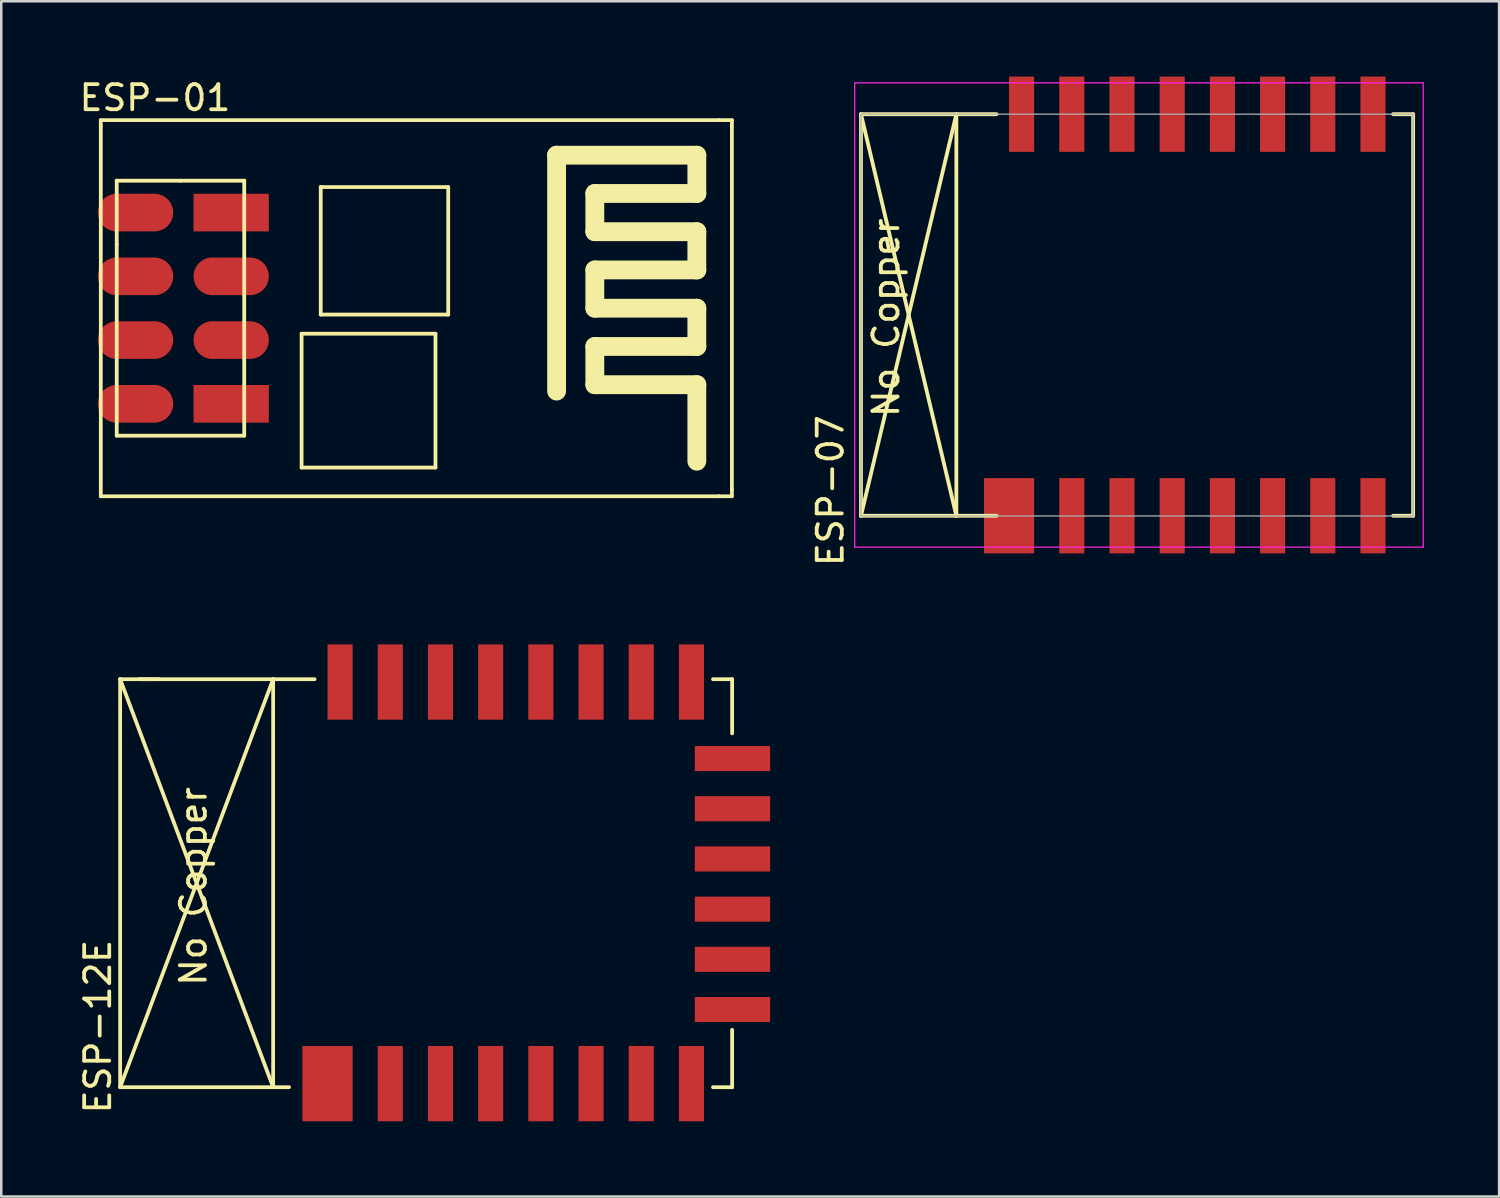
<source format=kicad_pcb>
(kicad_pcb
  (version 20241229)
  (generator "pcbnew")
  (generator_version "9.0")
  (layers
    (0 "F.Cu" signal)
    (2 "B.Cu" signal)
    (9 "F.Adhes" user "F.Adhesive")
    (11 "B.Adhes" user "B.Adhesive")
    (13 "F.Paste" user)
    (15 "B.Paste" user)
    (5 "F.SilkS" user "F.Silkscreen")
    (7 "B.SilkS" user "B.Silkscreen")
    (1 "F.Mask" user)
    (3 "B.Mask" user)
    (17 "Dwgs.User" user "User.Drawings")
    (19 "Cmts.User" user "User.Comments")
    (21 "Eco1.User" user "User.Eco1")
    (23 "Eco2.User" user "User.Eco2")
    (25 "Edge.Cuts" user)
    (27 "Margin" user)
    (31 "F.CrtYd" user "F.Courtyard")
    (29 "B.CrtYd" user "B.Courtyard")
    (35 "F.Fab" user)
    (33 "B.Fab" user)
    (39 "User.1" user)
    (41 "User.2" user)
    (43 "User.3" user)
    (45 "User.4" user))
  (footprint "ESP-12E"
    (layer "F.Cu")
    (at 10.5 39.125)
    (property "Reference" "ESP-12E" (at -9.652 -1.27 90) (layer "F.SilkS") (effects (font (size 1 1) (thickness 0.15))))
    (attr through_hole)
    (fp_line (start -8.763 -15.113) (end -2.667 1.143) (stroke (width 0.15) (type solid)) (layer "F.SilkS"))
    (fp_line (start -8.763 1.143) (end -8.763 -15.113) (stroke (width 0.15) (type solid)) (layer "F.SilkS"))
    (fp_line (start -8.763 1.143) (end -2.667 -15.113) (stroke (width 0.15) (type solid)) (layer "F.SilkS"))
    (fp_line (start -7.239 -15.113) (end -8.001 -15.113) (stroke (width 0.15) (type solid)) (layer "F.SilkS"))
    (fp_line (start -2.667 1.143) (end -2.667 -15.113) (stroke (width 0.15) (type solid)) (layer "F.SilkS"))
    (fp_line (start -2.032 1.143) (end -8.763 1.143) (stroke (width 0.15) (type solid)) (layer "F.SilkS"))
    (fp_line (start -1.016 -15.113) (end -8.763 -15.113) (stroke (width 0.15) (type solid)) (layer "F.SilkS"))
    (fp_line (start 15.621 -15.113) (end 14.859 -15.113) (stroke (width 0.15) (type solid)) (layer "F.SilkS"))
    (fp_line (start 15.621 -12.954) (end 15.621 -15.113) (stroke (width 0.15) (type solid)) (layer "F.SilkS"))
    (fp_line (start 15.621 1.143) (end 14.859 1.143) (stroke (width 0.15) (type solid)) (layer "F.SilkS"))
    (fp_line (start 15.621 1.143) (end 15.621 -1.143) (stroke (width 0.15) (type solid)) (layer "F.SilkS"))
    (fp_text user "No Copper" (at -5.842 -6.858 90) (layer "F.SilkS") (effects (font (size 1 1) (thickness 0.15))))
    (pad "1" smd rect (at 0 0) (size 2 3) (drill (offset -0.5 1)) (layers "F.Cu" "F.Mask" "F.Paste"))
    (pad "2" smd rect (at 2 0) (size 1 3) (drill (offset 0 1)) (layers "F.Cu" "F.Mask" "F.Paste"))
    (pad "3" smd rect (at 4 0) (size 1 3) (drill (offset 0 1)) (layers "F.Cu" "F.Mask" "F.Paste"))
    (pad "4" smd rect (at 6 0) (size 1 3) (drill (offset 0 1)) (layers "F.Cu" "F.Mask" "F.Paste"))
    (pad "5" smd rect (at 8 0) (size 1 3) (drill (offset 0 1)) (layers "F.Cu" "F.Mask" "F.Paste"))
    (pad "6" smd rect (at 10 0) (size 1 3) (drill (offset 0 1)) (layers "F.Cu" "F.Mask" "F.Paste"))
    (pad "7" smd rect (at 12 0) (size 1 3) (drill (offset 0 1)) (layers "F.Cu" "F.Mask" "F.Paste"))
    (pad "8" smd rect (at 14 0) (size 1 3) (drill (offset 0 1)) (layers "F.Cu" "F.Mask" "F.Paste"))
    (pad "9" smd rect (at 14.635 -1.951 270) (size 1 3) (drill (offset 0 -1)) (layers "F.Cu" "F.Mask" "F.Paste"))
    (pad "10" smd rect (at 14.635 -3.951 270) (size 1 3) (drill (offset 0 -1)) (layers "F.Cu" "F.Mask" "F.Paste"))
    (pad "11" smd rect (at 14.635 -5.951 270) (size 1 3) (drill (offset 0 -1)) (layers "F.Cu" "F.Mask" "F.Paste"))
    (pad "12" smd rect (at 14.635 -7.951 270) (size 1 3) (drill (offset 0 -1)) (layers "F.Cu" "F.Mask" "F.Paste"))
    (pad "13" smd rect (at 14.635 -9.951 270) (size 1 3) (drill (offset 0 -1)) (layers "F.Cu" "F.Mask" "F.Paste"))
    (pad "14" smd rect (at 14.635 -11.951 270) (size 1 3) (drill (offset 0 -1)) (layers "F.Cu" "F.Mask" "F.Paste"))
    (pad "15" smd rect (at 14 -14) (size 1 3) (drill (offset 0 -1)) (layers "F.Cu" "F.Mask" "F.Paste"))
    (pad "16" smd rect (at 12 -14) (size 1 3) (drill (offset 0 -1)) (layers "F.Cu" "F.Mask" "F.Paste"))
    (pad "17" smd rect (at 10 -14) (size 1 3) (drill (offset 0 -1)) (layers "F.Cu" "F.Mask" "F.Paste"))
    (pad "18" smd rect (at 8 -14) (size 1 3) (drill (offset 0 -1)) (layers "F.Cu" "F.Mask" "F.Paste"))
    (pad "19" smd rect (at 6 -14) (size 1 3) (drill (offset 0 -1)) (layers "F.Cu" "F.Mask" "F.Paste"))
    (pad "20" smd rect (at 4 -14) (size 1 3) (drill (offset 0 -1)) (layers "F.Cu" "F.Mask" "F.Paste"))
    (pad "21" smd rect (at 2 -14) (size 1 3) (drill (offset 0 -1)) (layers "F.Cu" "F.Mask" "F.Paste"))
    (pad "22" smd rect (at 0 -14) (size 1 3) (drill (offset 0 -1)) (layers "F.Cu" "F.Mask" "F.Paste")))
  (footprint "ESP-01"
    (layer "F.Cu")
    (at 2.871 13.04)
    (property "Reference" "ESP-01" (at 0.254 -12.192 0) (layer "F.SilkS") (effects (font (size 1 1) (thickness 0.15))))
    (attr through_hole)
    (fp_line (start -1.905 -11.303) (end 22.733 -11.303) (stroke (width 0.15) (type solid)) (layer "F.SilkS"))
    (fp_line (start -1.905 -11.049) (end -1.905 -11.303) (stroke (width 0.15) (type solid)) (layer "F.SilkS"))
    (fp_line (start -1.905 3.683) (end -1.905 -11.049) (stroke (width 0.15) (type solid)) (layer "F.SilkS"))
    (fp_line (start -1.905 3.683) (end 22.733 3.683) (stroke (width 0.15) (type solid)) (layer "F.SilkS"))
    (fp_line (start -1.27 -8.89) (end -1.27 -6.35) (stroke (width 0.152) (type solid)) (layer "F.SilkS"))
    (fp_line (start -1.27 -6.35) (end -1.27 1.27) (stroke (width 0.152) (type solid)) (layer "F.SilkS"))
    (fp_line (start -1.27 1.27) (end 3.81 1.27) (stroke (width 0.152) (type solid)) (layer "F.SilkS"))
    (fp_line (start 1.27 -8.89) (end -1.27 -8.89) (stroke (width 0.152) (type solid)) (layer "F.SilkS"))
    (fp_line (start 3.81 -8.89) (end 1.27 -8.89) (stroke (width 0.152) (type solid)) (layer "F.SilkS"))
    (fp_line (start 3.81 1.27) (end 3.81 -8.89) (stroke (width 0.152) (type solid)) (layer "F.SilkS"))
    (fp_line (start 6.096 -2.794) (end 6.096 2.54) (stroke (width 0.15) (type solid)) (layer "F.SilkS"))
    (fp_line (start 6.096 2.54) (end 11.43 2.54) (stroke (width 0.15) (type solid)) (layer "F.SilkS"))
    (fp_line (start 6.858 -8.636) (end 6.858 -3.556) (stroke (width 0.15) (type solid)) (layer "F.SilkS"))
    (fp_line (start 6.858 -8.636) (end 11.938 -8.636) (stroke (width 0.15) (type solid)) (layer "F.SilkS"))
    (fp_line (start 6.858 -3.556) (end 11.938 -3.556) (stroke (width 0.15) (type solid)) (layer "F.SilkS"))
    (fp_line (start 11.43 -2.794) (end 6.096 -2.794) (stroke (width 0.15) (type solid)) (layer "F.SilkS"))
    (fp_line (start 11.43 2.54) (end 11.43 -2.794) (stroke (width 0.15) (type solid)) (layer "F.SilkS"))
    (fp_line (start 11.938 -3.556) (end 11.938 -8.636) (stroke (width 0.15) (type solid)) (layer "F.SilkS"))
    (fp_line (start 16.256 -9.906) (end 21.844 -9.906) (stroke (width 0.75) (type solid)) (layer "F.SilkS"))
    (fp_line (start 16.256 -0.508) (end 16.256 -9.906) (stroke (width 0.75) (type solid)) (layer "F.SilkS"))
    (fp_line (start 17.78 -8.382) (end 17.78 -6.858) (stroke (width 0.75) (type solid)) (layer "F.SilkS"))
    (fp_line (start 17.78 -6.858) (end 21.844 -6.858) (stroke (width 0.75) (type solid)) (layer "F.SilkS"))
    (fp_line (start 17.78 -5.334) (end 17.78 -3.81) (stroke (width 0.75) (type solid)) (layer "F.SilkS"))
    (fp_line (start 17.78 -3.81) (end 21.844 -3.81) (stroke (width 0.75) (type solid)) (layer "F.SilkS"))
    (fp_line (start 17.78 -2.286) (end 17.78 -0.762) (stroke (width 0.75) (type solid)) (layer "F.SilkS"))
    (fp_line (start 17.78 -0.762) (end 21.844 -0.762) (stroke (width 0.75) (type solid)) (layer "F.SilkS"))
    (fp_line (start 21.844 -9.906) (end 21.844 -8.382) (stroke (width 0.75) (type solid)) (layer "F.SilkS"))
    (fp_line (start 21.844 -8.382) (end 17.78 -8.382) (stroke (width 0.75) (type solid)) (layer "F.SilkS"))
    (fp_line (start 21.844 -6.858) (end 21.844 -5.334) (stroke (width 0.75) (type solid)) (layer "F.SilkS"))
    (fp_line (start 21.844 -5.334) (end 17.78 -5.334) (stroke (width 0.75) (type solid)) (layer "F.SilkS"))
    (fp_line (start 21.844 -3.81) (end 21.844 -2.286) (stroke (width 0.75) (type solid)) (layer "F.SilkS"))
    (fp_line (start 21.844 -2.286) (end 17.78 -2.286) (stroke (width 0.75) (type solid)) (layer "F.SilkS"))
    (fp_line (start 21.844 -0.762) (end 21.844 2.286) (stroke (width 0.75) (type solid)) (layer "F.SilkS"))
    (fp_line (start 22.733 -11.303) (end 23.241 -11.303) (stroke (width 0.15) (type solid)) (layer "F.SilkS"))
    (fp_line (start 22.733 3.683) (end 23.241 3.683) (stroke (width 0.15) (type solid)) (layer "F.SilkS"))
    (fp_line (start 23.241 3.429) (end 23.241 -11.303) (stroke (width 0.15) (type solid)) (layer "F.SilkS"))
    (fp_line (start 23.241 3.683) (end 23.241 3.429) (stroke (width 0.15) (type solid)) (layer "F.SilkS"))
    (pad "1" smd rect (at 2.54 -7.62) (size 3 1.5) (drill (offset 0.75 0)) (layers "F.Cu" "F.Mask" "F.Paste"))
    (pad "2" smd oval (at 2.54 -5.08) (size 3 1.5) (drill (offset 0.75 0)) (layers "F.Cu" "F.Mask" "F.Paste"))
    (pad "3" smd oval (at 2.54 -2.54) (size 3 1.5) (drill (offset 0.75 0)) (layers "F.Cu" "F.Mask" "F.Paste"))
    (pad "4" smd rect (at 2.54 0) (size 3 1.5) (drill (offset 0.75 0)) (layers "F.Cu" "F.Mask" "F.Paste"))
    (pad "5" smd oval (at -1.27 0 180) (size 3 1.5) (drill (offset -0.75 0)) (layers "F.Cu" "F.Mask" "F.Paste"))
    (pad "6" smd oval (at -1.27 -2.54 180) (size 3 1.5) (drill (offset -0.75 0)) (layers "F.Cu" "F.Mask" "F.Paste"))
    (pad "7" smd oval (at -1.27 -5.08 180) (size 3 1.5) (drill (offset -0.75 0)) (layers "F.Cu" "F.Mask" "F.Paste"))
    (pad "8" smd oval (at -1.27 -7.62 180) (size 3 1.5) (drill (offset -0.75 0)) (layers "F.Cu" "F.Mask" "F.Paste")))
  (footprint "ESP-07"
    (layer "F.Cu")
    (at 37.655 16.5)
    (property "Reference" "ESP-07" (at -7.62 0 90) (layer "F.SilkS") (effects (font (size 1 1) (thickness 0.15))))
    (attr through_hole)
    (fp_line (start -6.4 -15) (end -2.6 1) (stroke (width 0.152) (type solid)) (layer "F.SilkS"))
    (fp_line (start -6.4 -15) (end -1 -15) (stroke (width 0.152) (type solid)) (layer "F.SilkS"))
    (fp_line (start -6.4 1) (end -6.4 -15) (stroke (width 0.152) (type solid)) (layer "F.SilkS"))
    (fp_line (start -6.4 1) (end -2.6 -15) (stroke (width 0.152) (type solid)) (layer "F.SilkS"))
    (fp_line (start -6.4 1) (end -1 1) (stroke (width 0.152) (type solid)) (layer "F.SilkS"))
    (fp_line (start -2.6 1.008) (end -2.6 -14.992) (stroke (width 0.152) (type solid)) (layer "F.SilkS"))
    (fp_line (start 14.8 1) (end 15.6 1) (stroke (width 0.152) (type solid)) (layer "F.SilkS"))
    (fp_line (start 15.6 -15) (end 14.8 -15) (stroke (width 0.152) (type solid)) (layer "F.SilkS"))
    (fp_line (start 15.6 1) (end 15.6 -15) (stroke (width 0.152) (type solid)) (layer "F.SilkS"))
    (fp_line (start -6.65 -16.25) (end 16 -16.25) (stroke (width 0.05) (type solid)) (layer "F.CrtYd"))
    (fp_line (start -6.65 2.25) (end -6.65 -16.25) (stroke (width 0.05) (type solid)) (layer "F.CrtYd"))
    (fp_line (start -0.5 2.25) (end -6.65 2.25) (stroke (width 0.05) (type solid)) (layer "F.CrtYd"))
    (fp_line (start 16 -16.25) (end 16 2.25) (stroke (width 0.05) (type solid)) (layer "F.CrtYd"))
    (fp_line (start 16 2.25) (end -0.5 2.25) (stroke (width 0.05) (type solid)) (layer "F.CrtYd"))
    (fp_line (start -6.4 -15) (end 15.6 -15) (stroke (width 0.05) (type solid)) (layer "F.Fab"))
    (fp_line (start -6.4 1) (end -6.4 -15) (stroke (width 0.05) (type solid)) (layer "F.Fab"))
    (fp_line (start 15.6 -15) (end 15.6 1) (stroke (width 0.05) (type solid)) (layer "F.Fab"))
    (fp_line (start 15.6 1.008) (end -6.4 1.008) (stroke (width 0.05) (type solid)) (layer "F.Fab"))
    (fp_text user "No Copper" (at -5.4 -6.892 90) (layer "F.SilkS") (effects (font (size 1 1) (thickness 0.15))))
    (pad "1" smd rect (at 0 0) (size 2 3) (drill (offset -0.5 1)) (layers "F.Cu" "F.Mask" "F.Paste"))
    (pad "2" smd rect (at 2 0) (size 1 3) (drill (offset 0 1)) (layers "F.Cu" "F.Mask" "F.Paste"))
    (pad "3" smd rect (at 4 0) (size 1 3) (drill (offset 0 1)) (layers "F.Cu" "F.Mask" "F.Paste"))
    (pad "4" smd rect (at 6 0) (size 1 3) (drill (offset 0 1)) (layers "F.Cu" "F.Mask" "F.Paste"))
    (pad "5" smd rect (at 8 0) (size 1 3) (drill (offset 0 1)) (layers "F.Cu" "F.Mask" "F.Paste"))
    (pad "6" smd rect (at 10 0) (size 1 3) (drill (offset 0 1)) (layers "F.Cu" "F.Mask" "F.Paste"))
    (pad "7" smd rect (at 12 0) (size 1 3) (drill (offset 0 1)) (layers "F.Cu" "F.Mask" "F.Paste"))
    (pad "8" smd rect (at 14 0) (size 1 3) (drill (offset 0 1)) (layers "F.Cu" "F.Mask" "F.Paste"))
    (pad "9" smd rect (at 14 -14) (size 1 3) (drill (offset 0 -1)) (layers "F.Cu" "F.Mask" "F.Paste"))
    (pad "10" smd rect (at 12 -14) (size 1 3) (drill (offset 0 -1)) (layers "F.Cu" "F.Mask" "F.Paste"))
    (pad "11" smd rect (at 10 -14) (size 1 3) (drill (offset 0 -1)) (layers "F.Cu" "F.Mask" "F.Paste"))
    (pad "12" smd rect (at 8 -14) (size 1 3) (drill (offset 0 -1)) (layers "F.Cu" "F.Mask" "F.Paste"))
    (pad "13" smd rect (at 6 -14) (size 1 3) (drill (offset 0 -1)) (layers "F.Cu" "F.Mask" "F.Paste"))
    (pad "14" smd rect (at 4 -14) (size 1 3) (drill (offset 0 -1)) (layers "F.Cu" "F.Mask" "F.Paste"))
    (pad "15" smd rect (at 2 -14) (size 1 3) (drill (offset 0 -1)) (layers "F.Cu" "F.Mask" "F.Paste"))
    (pad "16" smd rect (at 0 -14) (size 1 3) (drill (offset 0 -1)) (layers "F.Cu" "F.Mask" "F.Paste")))
  (gr_rect
    (start -3 -3)
    (end 56.68 44.625)
    (stroke (width 0.1) (type default))
    (fill no)
    (layer "Edge.Cuts")))
</source>
